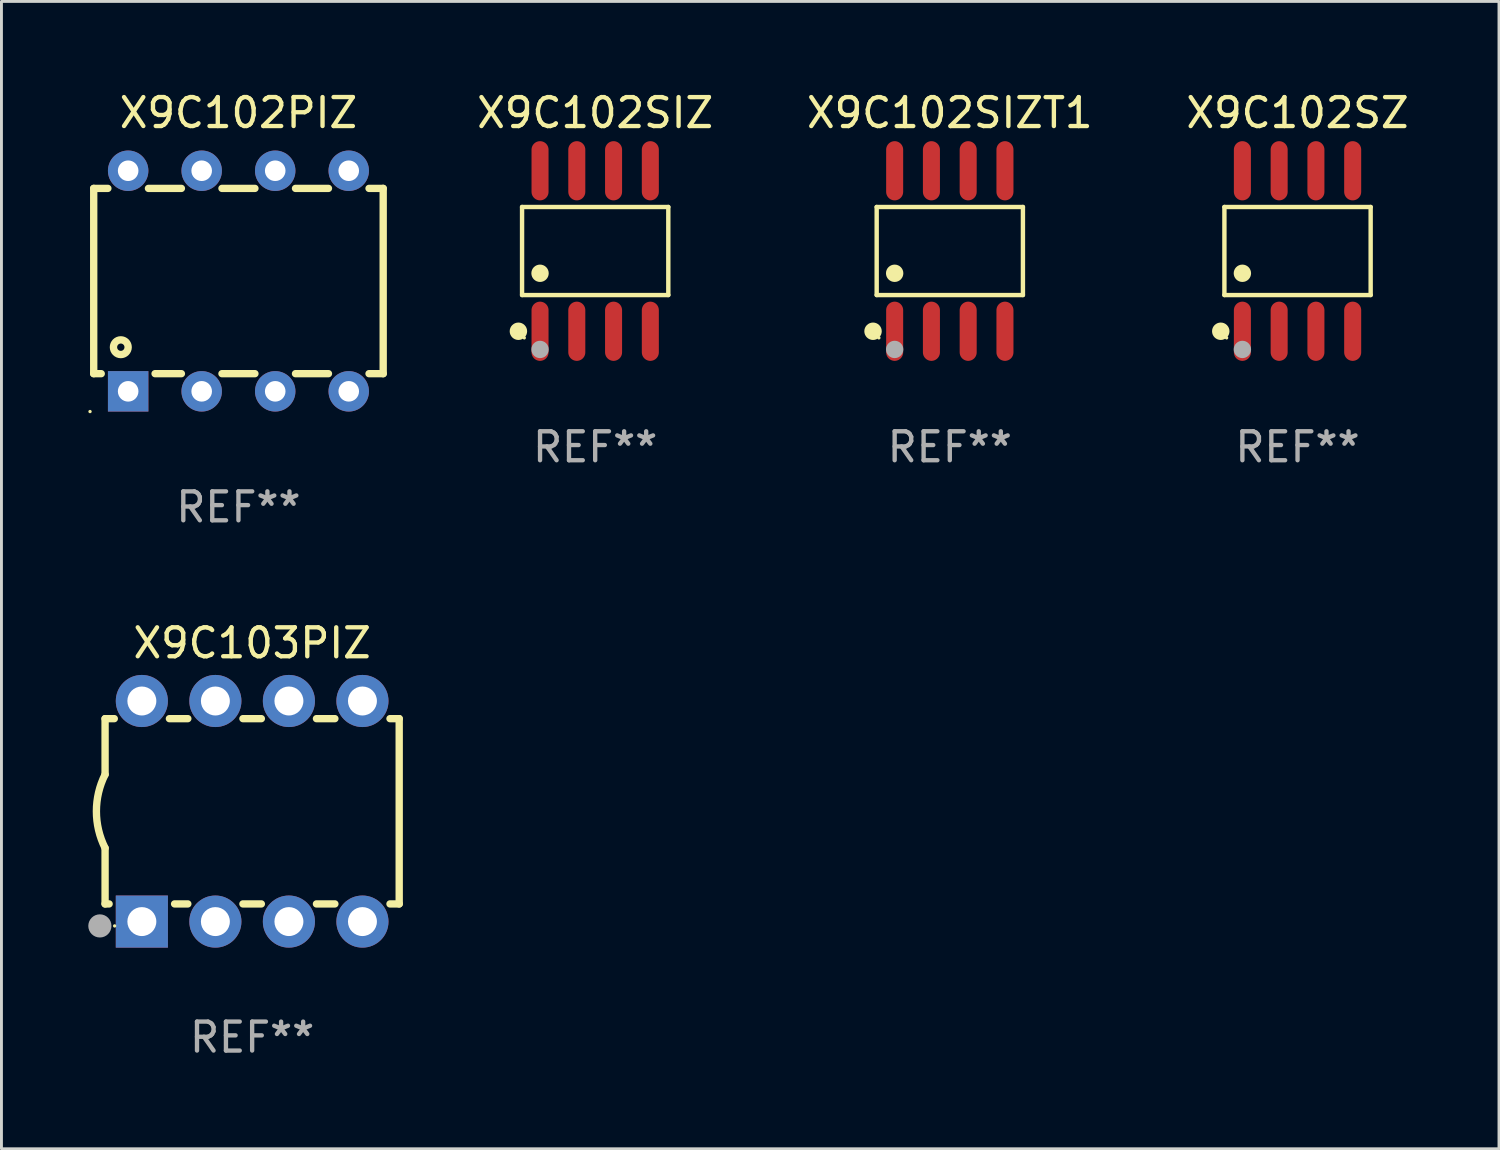
<source format=kicad_pcb>
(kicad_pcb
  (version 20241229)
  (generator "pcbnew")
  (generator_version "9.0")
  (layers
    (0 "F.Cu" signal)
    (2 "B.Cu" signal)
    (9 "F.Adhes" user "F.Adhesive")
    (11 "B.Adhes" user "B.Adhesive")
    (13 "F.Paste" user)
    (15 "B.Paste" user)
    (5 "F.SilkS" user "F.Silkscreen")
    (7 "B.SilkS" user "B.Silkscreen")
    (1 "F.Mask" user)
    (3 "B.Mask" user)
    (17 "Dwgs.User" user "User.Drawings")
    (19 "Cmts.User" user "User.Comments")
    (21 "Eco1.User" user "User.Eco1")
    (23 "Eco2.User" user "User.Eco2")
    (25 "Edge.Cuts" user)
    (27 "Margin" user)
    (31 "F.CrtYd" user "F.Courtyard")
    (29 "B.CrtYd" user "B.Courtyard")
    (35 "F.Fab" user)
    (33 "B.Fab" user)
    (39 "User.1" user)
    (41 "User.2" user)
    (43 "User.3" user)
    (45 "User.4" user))
  (footprint "X9C102SIZT1"
    (layer "F.Cu")
    (at 29.76 5.621)
    (property "Reference" "X9C102SIZT1" (at 0 -4.772 0) (layer "F.SilkS") (effects (font (size 1 1) (thickness 0.15))))
    (attr through_hole)
    (fp_line (start -2.526 -1.521) (end 2.526 -1.521) (stroke (width 0.152) (type solid)) (layer "F.SilkS"))
    (fp_line (start -2.526 1.521) (end -2.526 -1.521) (stroke (width 0.152) (type solid)) (layer "F.SilkS"))
    (fp_line (start 2.526 -1.521) (end 2.526 1.521) (stroke (width 0.152) (type solid)) (layer "F.SilkS"))
    (fp_line (start 2.526 1.521) (end -2.526 1.521) (stroke (width 0.152) (type solid)) (layer "F.SilkS"))
    (fp_circle (center -2.652 2.772) (end -2.501 2.772) (stroke (width 0.3) (type solid)) (fill no) (layer "F.SilkS"))
    (fp_circle (center -2.45 3) (end -2.42 3) (stroke (width 0.06) (type solid)) (fill no) (layer "F.SilkS"))
    (fp_circle (center -1.905 0.769) (end -1.755 0.769) (stroke (width 0.3) (type solid)) (fill no) (layer "F.SilkS"))
    (fp_circle (center -1.905 3.4) (end -1.755 3.4) (stroke (width 0.3) (type solid)) (fill no) (layer "F.Fab"))
    (fp_text user "REF**" (at 0 6.772 0) (layer "F.Fab") (effects (font (size 1 1) (thickness 0.15))))
    (pad "1" smd oval (at -1.905 2.772) (size 0.588 2.045) (layers "F.Cu" "F.Mask" "F.Paste"))
    (pad "2" smd oval (at -0.635 2.772) (size 0.588 2.045) (layers "F.Cu" "F.Mask" "F.Paste"))
    (pad "3" smd oval (at 0.635 2.772) (size 0.588 2.045) (layers "F.Cu" "F.Mask" "F.Paste"))
    (pad "4" smd oval (at 1.905 2.772) (size 0.588 2.045) (layers "F.Cu" "F.Mask" "F.Paste"))
    (pad "5" smd oval (at 1.905 -2.772) (size 0.588 2.045) (layers "F.Cu" "F.Mask" "F.Paste"))
    (pad "6" smd oval (at 0.635 -2.772) (size 0.588 2.045) (layers "F.Cu" "F.Mask" "F.Paste"))
    (pad "7" smd oval (at -0.635 -2.772) (size 0.588 2.045) (layers "F.Cu" "F.Mask" "F.Paste"))
    (pad "8" smd oval (at -1.905 -2.772) (size 0.588 2.045) (layers "F.Cu" "F.Mask" "F.Paste")))
  (footprint "X9C102SZ"
    (layer "F.Cu")
    (at 41.772 5.621)
    (property "Reference" "X9C102SZ" (at 0 -4.772 0) (layer "F.SilkS") (effects (font (size 1 1) (thickness 0.15))))
    (attr through_hole)
    (fp_line (start -2.526 -1.521) (end 2.526 -1.521) (stroke (width 0.152) (type solid)) (layer "F.SilkS"))
    (fp_line (start -2.526 1.521) (end -2.526 -1.521) (stroke (width 0.152) (type solid)) (layer "F.SilkS"))
    (fp_line (start 2.526 -1.521) (end 2.526 1.521) (stroke (width 0.152) (type solid)) (layer "F.SilkS"))
    (fp_line (start 2.526 1.521) (end -2.526 1.521) (stroke (width 0.152) (type solid)) (layer "F.SilkS"))
    (fp_circle (center -2.652 2.772) (end -2.501 2.772) (stroke (width 0.3) (type solid)) (fill no) (layer "F.SilkS"))
    (fp_circle (center -2.45 3) (end -2.42 3) (stroke (width 0.06) (type solid)) (fill no) (layer "F.SilkS"))
    (fp_circle (center -1.905 0.769) (end -1.755 0.769) (stroke (width 0.3) (type solid)) (fill no) (layer "F.SilkS"))
    (fp_circle (center -1.905 3.4) (end -1.755 3.4) (stroke (width 0.3) (type solid)) (fill no) (layer "F.Fab"))
    (fp_text user "REF**" (at 0 6.772 0) (layer "F.Fab") (effects (font (size 1 1) (thickness 0.15))))
    (pad "1" smd oval (at -1.905 2.772) (size 0.588 2.045) (layers "F.Cu" "F.Mask" "F.Paste"))
    (pad "2" smd oval (at -0.635 2.772) (size 0.588 2.045) (layers "F.Cu" "F.Mask" "F.Paste"))
    (pad "3" smd oval (at 0.635 2.772) (size 0.588 2.045) (layers "F.Cu" "F.Mask" "F.Paste"))
    (pad "4" smd oval (at 1.905 2.772) (size 0.588 2.045) (layers "F.Cu" "F.Mask" "F.Paste"))
    (pad "5" smd oval (at 1.905 -2.772) (size 0.588 2.045) (layers "F.Cu" "F.Mask" "F.Paste"))
    (pad "6" smd oval (at 0.635 -2.772) (size 0.588 2.045) (layers "F.Cu" "F.Mask" "F.Paste"))
    (pad "7" smd oval (at -0.635 -2.772) (size 0.588 2.045) (layers "F.Cu" "F.Mask" "F.Paste"))
    (pad "8" smd oval (at -1.905 -2.772) (size 0.588 2.045) (layers "F.Cu" "F.Mask" "F.Paste")))
  (footprint "X9C102SIZ"
    (layer "F.Cu")
    (at 17.51 5.621)
    (property "Reference" "X9C102SIZ" (at 0 -4.772 0) (layer "F.SilkS") (effects (font (size 1 1) (thickness 0.15))))
    (attr through_hole)
    (fp_line (start -2.526 -1.521) (end 2.526 -1.521) (stroke (width 0.152) (type solid)) (layer "F.SilkS"))
    (fp_line (start -2.526 1.521) (end -2.526 -1.521) (stroke (width 0.152) (type solid)) (layer "F.SilkS"))
    (fp_line (start 2.526 -1.521) (end 2.526 1.521) (stroke (width 0.152) (type solid)) (layer "F.SilkS"))
    (fp_line (start 2.526 1.521) (end -2.526 1.521) (stroke (width 0.152) (type solid)) (layer "F.SilkS"))
    (fp_circle (center -2.652 2.772) (end -2.501 2.772) (stroke (width 0.3) (type solid)) (fill no) (layer "F.SilkS"))
    (fp_circle (center -2.45 3) (end -2.42 3) (stroke (width 0.06) (type solid)) (fill no) (layer "F.SilkS"))
    (fp_circle (center -1.905 0.769) (end -1.755 0.769) (stroke (width 0.3) (type solid)) (fill no) (layer "F.SilkS"))
    (fp_circle (center -1.905 3.4) (end -1.755 3.4) (stroke (width 0.3) (type solid)) (fill no) (layer "F.Fab"))
    (fp_text user "REF**" (at 0 6.772 0) (layer "F.Fab") (effects (font (size 1 1) (thickness 0.15))))
    (pad "1" smd oval (at -1.905 2.772) (size 0.588 2.045) (layers "F.Cu" "F.Mask" "F.Paste"))
    (pad "2" smd oval (at -0.635 2.772) (size 0.588 2.045) (layers "F.Cu" "F.Mask" "F.Paste"))
    (pad "3" smd oval (at 0.635 2.772) (size 0.588 2.045) (layers "F.Cu" "F.Mask" "F.Paste"))
    (pad "4" smd oval (at 1.905 2.772) (size 0.588 2.045) (layers "F.Cu" "F.Mask" "F.Paste"))
    (pad "5" smd oval (at 1.905 -2.772) (size 0.588 2.045) (layers "F.Cu" "F.Mask" "F.Paste"))
    (pad "6" smd oval (at 0.635 -2.772) (size 0.588 2.045) (layers "F.Cu" "F.Mask" "F.Paste"))
    (pad "7" smd oval (at -0.635 -2.772) (size 0.588 2.045) (layers "F.Cu" "F.Mask" "F.Paste"))
    (pad "8" smd oval (at -1.905 -2.772) (size 0.588 2.045) (layers "F.Cu" "F.Mask" "F.Paste")))
  (footprint "X9C103PIZ"
    (layer "F.Cu")
    (at 5.66 24.975)
    (property "Reference" "X9C103PIZ" (at 0 -5.81 0) (layer "F.SilkS") (effects (font (size 1 1) (thickness 0.15))))
    (attr through_hole)
    (fp_line (start -5.08 -3.2) (end -4.762 -3.2) (stroke (width 0.254) (type solid)) (layer "F.SilkS"))
    (fp_line (start -5.08 -1.27) (end -5.08 -3.2) (stroke (width 0.254) (type solid)) (layer "F.SilkS"))
    (fp_line (start -5.08 3.2) (end -5.08 1.27) (stroke (width 0.254) (type solid)) (layer "F.SilkS"))
    (fp_line (start -5.08 3.2) (end -4.941 3.2) (stroke (width 0.254) (type solid)) (layer "F.SilkS"))
    (fp_line (start -2.858 -3.2) (end -2.222 -3.2) (stroke (width 0.254) (type solid)) (layer "F.SilkS"))
    (fp_line (start -2.679 3.2) (end -2.222 3.2) (stroke (width 0.254) (type solid)) (layer "F.SilkS"))
    (fp_line (start -0.318 -3.2) (end 0.318 -3.2) (stroke (width 0.254) (type solid)) (layer "F.SilkS"))
    (fp_line (start -0.318 3.2) (end 0.318 3.2) (stroke (width 0.254) (type solid)) (layer "F.SilkS"))
    (fp_line (start 2.222 -3.2) (end 2.858 -3.2) (stroke (width 0.254) (type solid)) (layer "F.SilkS"))
    (fp_line (start 2.222 3.2) (end 2.858 3.2) (stroke (width 0.254) (type solid)) (layer "F.SilkS"))
    (fp_line (start 4.762 -3.2) (end 5.08 -3.2) (stroke (width 0.254) (type solid)) (layer "F.SilkS"))
    (fp_line (start 4.762 3.2) (end 5.08 3.2) (stroke (width 0.254) (type solid)) (layer "F.SilkS"))
    (fp_line (start 5.08 3.2) (end 5.08 -3.2) (stroke (width 0.254) (type solid)) (layer "F.SilkS"))
    (fp_arc (start -5.080011 1.270002) (mid -5.379818 -0.000001) (end -5.08001 -1.270003) (stroke (width 0.254001) (type solid)) (layer "F.SilkS"))
    (fp_circle (center -4.75 3.96) (end -4.72 3.96) (stroke (width 0.06) (type solid)) (fill no) (layer "F.SilkS"))
    (fp_circle (center -5.26 3.96) (end -5.06 3.96) (stroke (width 0.4) (type solid)) (fill no) (layer "F.Fab"))
    (fp_text user "REF**" (at 0 7.81 0) (layer "F.Fab") (effects (font (size 1 1) (thickness 0.15))))
    (pad "1" thru_hole rect (at -3.81 3.81) (size 1.8 1.8) (drill 1) (layers "*.Cu" "*.Mask"))
    (pad "2" thru_hole circle (at -1.27 3.81) (size 1.8 1.8) (drill 1) (layers "*.Cu" "*.Mask"))
    (pad "3" thru_hole circle (at 1.27 3.81) (size 1.8 1.8) (drill 1) (layers "*.Cu" "*.Mask"))
    (pad "4" thru_hole circle (at 3.81 3.81) (size 1.8 1.8) (drill 1) (layers "*.Cu" "*.Mask"))
    (pad "5" thru_hole circle (at 3.81 -3.81) (size 1.8 1.8) (drill 1) (layers "*.Cu" "*.Mask"))
    (pad "6" thru_hole circle (at 1.27 -3.81) (size 1.8 1.8) (drill 1) (layers "*.Cu" "*.Mask"))
    (pad "7" thru_hole circle (at -1.27 -3.81) (size 1.8 1.8) (drill 1) (layers "*.Cu" "*.Mask"))
    (pad "8" thru_hole circle (at -3.81 -3.81) (size 1.8 1.8) (drill 1) (layers "*.Cu" "*.Mask")))
  (footprint "X9C102PIZ"
    (layer "F.Cu")
    (at 5.187 6.658)
    (property "Reference" "X9C102PIZ" (at 0 -5.81 0) (layer "F.SilkS") (effects (font (size 1 1) (thickness 0.15))))
    (attr through_hole)
    (fp_line (start -5 -3.2) (end -5 3.2) (stroke (width 0.254) (type solid)) (layer "F.SilkS"))
    (fp_line (start -5 -3.2) (end -4.511 -3.2) (stroke (width 0.254) (type solid)) (layer "F.SilkS"))
    (fp_line (start -5 3.2) (end -4.74 3.2) (stroke (width 0.254) (type solid)) (layer "F.SilkS"))
    (fp_line (start -3.109 -3.2) (end -1.971 -3.2) (stroke (width 0.254) (type solid)) (layer "F.SilkS"))
    (fp_line (start -2.88 3.2) (end -1.971 3.2) (stroke (width 0.254) (type solid)) (layer "F.SilkS"))
    (fp_line (start -0.569 -3.2) (end 0.569 -3.2) (stroke (width 0.254) (type solid)) (layer "F.SilkS"))
    (fp_line (start -0.569 3.2) (end 0.569 3.2) (stroke (width 0.254) (type solid)) (layer "F.SilkS"))
    (fp_line (start 1.971 -3.2) (end 3.109 -3.2) (stroke (width 0.254) (type solid)) (layer "F.SilkS"))
    (fp_line (start 1.971 3.2) (end 3.109 3.2) (stroke (width 0.254) (type solid)) (layer "F.SilkS"))
    (fp_line (start 4.511 -3.2) (end 5 -3.2) (stroke (width 0.254) (type solid)) (layer "F.SilkS"))
    (fp_line (start 4.511 3.2) (end 5 3.2) (stroke (width 0.254) (type solid)) (layer "F.SilkS"))
    (fp_line (start 5 -3.2) (end 5 3.2) (stroke (width 0.254) (type solid)) (layer "F.SilkS"))
    (fp_circle (center -5.127 4.509) (end -5.097 4.509) (stroke (width 0.06) (type solid)) (fill no) (layer "F.SilkS"))
    (fp_circle (center -4.064 2.286) (end -3.81 2.286) (stroke (width 0.254) (type solid)) (fill no) (layer "F.SilkS"))
    (fp_text user "REF**" (at 0 7.81 0) (layer "F.Fab") (effects (font (size 1 1) (thickness 0.15))))
    (pad "1" thru_hole rect (at -3.81 3.81) (size 1.397 1.397) (drill 0.711) (layers "*.Cu" "*.Mask"))
    (pad "2" thru_hole circle (at -1.27 3.81) (size 1.397 1.397) (drill 0.711) (layers "*.Cu" "*.Mask"))
    (pad "3" thru_hole circle (at 1.27 3.81) (size 1.397 1.397) (drill 0.711) (layers "*.Cu" "*.Mask"))
    (pad "4" thru_hole circle (at 3.81 3.81) (size 1.397 1.397) (drill 0.711) (layers "*.Cu" "*.Mask"))
    (pad "5" thru_hole circle (at 3.81 -3.81) (size 1.397 1.397) (drill 0.711) (layers "*.Cu" "*.Mask"))
    (pad "6" thru_hole circle (at 1.27 -3.81) (size 1.397 1.397) (drill 0.711) (layers "*.Cu" "*.Mask"))
    (pad "7" thru_hole circle (at -1.27 -3.81) (size 1.397 1.397) (drill 0.711) (layers "*.Cu" "*.Mask"))
    (pad "8" thru_hole circle (at -3.81 -3.81) (size 1.397 1.397) (drill 0.711) (layers "*.Cu" "*.Mask")))
  (gr_rect
    (start -3 -3)
    (end 48.731 36.633)
    (stroke (width 0.1) (type default))
    (fill no)
    (layer "Edge.Cuts")))
</source>
